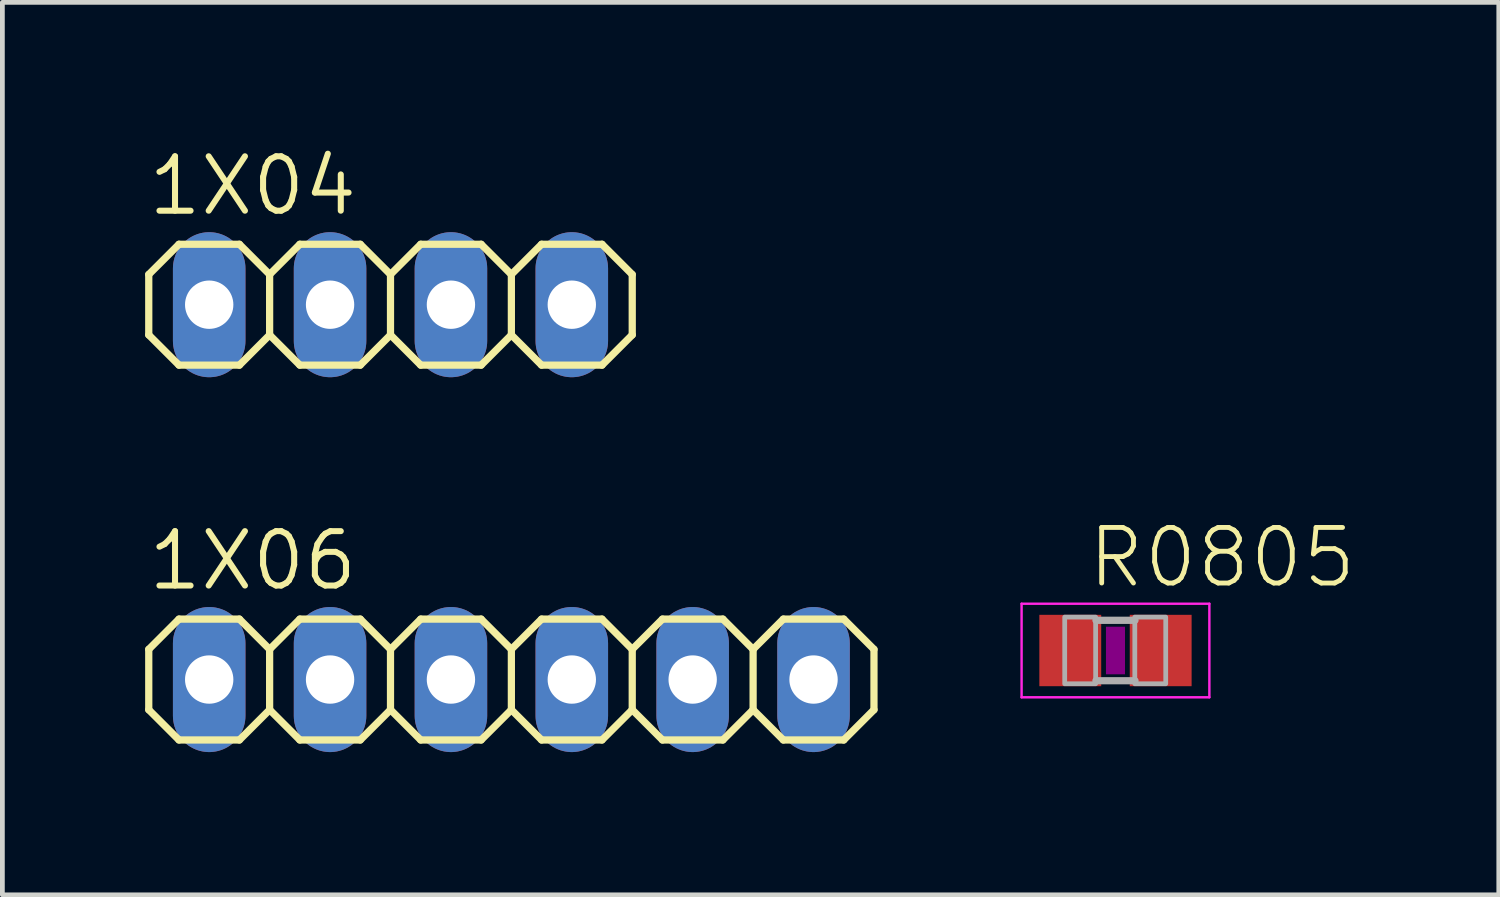
<source format=kicad_pcb>
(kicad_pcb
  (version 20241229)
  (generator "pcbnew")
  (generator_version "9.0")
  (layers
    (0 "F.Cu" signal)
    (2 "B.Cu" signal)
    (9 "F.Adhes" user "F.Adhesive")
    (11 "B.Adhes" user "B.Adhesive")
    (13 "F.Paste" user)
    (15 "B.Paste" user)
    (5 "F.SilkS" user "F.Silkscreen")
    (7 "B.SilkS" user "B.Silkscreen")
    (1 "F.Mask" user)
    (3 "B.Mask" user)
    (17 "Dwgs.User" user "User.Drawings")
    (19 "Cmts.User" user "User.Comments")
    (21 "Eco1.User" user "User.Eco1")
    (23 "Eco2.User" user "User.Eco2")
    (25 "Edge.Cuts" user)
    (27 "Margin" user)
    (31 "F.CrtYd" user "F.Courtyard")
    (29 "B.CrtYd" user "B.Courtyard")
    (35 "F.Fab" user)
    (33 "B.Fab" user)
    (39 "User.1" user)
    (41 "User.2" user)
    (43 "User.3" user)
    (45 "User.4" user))
  (footprint "1X06"
    (layer "F.Cu")
    (at 7.696 11.23)
    (property "Reference" "1X06" (at -7.696 -1.829 0) (layer "F.SilkS") (effects (font (size 1.143 1.143) (thickness 0.127)) (justify left bottom)))
    (fp_line (start -7.62 -0.635) (end -7.62 0.635) (stroke (width 0.152) (type solid)) (layer "F.SilkS"))
    (fp_line (start -7.62 0.635) (end -6.985 1.27) (stroke (width 0.152) (type solid)) (layer "F.SilkS"))
    (fp_line (start -6.985 -1.27) (end -7.62 -0.635) (stroke (width 0.152) (type solid)) (layer "F.SilkS"))
    (fp_line (start -6.985 -1.27) (end -5.715 -1.27) (stroke (width 0.152) (type solid)) (layer "F.SilkS"))
    (fp_line (start -5.715 -1.27) (end -5.08 -0.635) (stroke (width 0.152) (type solid)) (layer "F.SilkS"))
    (fp_line (start -5.715 1.27) (end -6.985 1.27) (stroke (width 0.152) (type solid)) (layer "F.SilkS"))
    (fp_line (start -5.08 -0.635) (end -5.08 0.635) (stroke (width 0.152) (type solid)) (layer "F.SilkS"))
    (fp_line (start -5.08 -0.635) (end -4.445 -1.27) (stroke (width 0.152) (type solid)) (layer "F.SilkS"))
    (fp_line (start -5.08 0.635) (end -5.715 1.27) (stroke (width 0.152) (type solid)) (layer "F.SilkS"))
    (fp_line (start -4.445 -1.27) (end -3.175 -1.27) (stroke (width 0.152) (type solid)) (layer "F.SilkS"))
    (fp_line (start -4.445 1.27) (end -5.08 0.635) (stroke (width 0.152) (type solid)) (layer "F.SilkS"))
    (fp_line (start -3.175 -1.27) (end -2.54 -0.635) (stroke (width 0.152) (type solid)) (layer "F.SilkS"))
    (fp_line (start -3.175 1.27) (end -4.445 1.27) (stroke (width 0.152) (type solid)) (layer "F.SilkS"))
    (fp_line (start -2.54 -0.635) (end -2.54 0.635) (stroke (width 0.152) (type solid)) (layer "F.SilkS"))
    (fp_line (start -2.54 -0.635) (end -1.905 -1.27) (stroke (width 0.152) (type solid)) (layer "F.SilkS"))
    (fp_line (start -2.54 0.635) (end -3.175 1.27) (stroke (width 0.152) (type solid)) (layer "F.SilkS"))
    (fp_line (start -1.905 -1.27) (end -0.635 -1.27) (stroke (width 0.152) (type solid)) (layer "F.SilkS"))
    (fp_line (start -1.905 1.27) (end -2.54 0.635) (stroke (width 0.152) (type solid)) (layer "F.SilkS"))
    (fp_line (start -0.635 -1.27) (end 0 -0.635) (stroke (width 0.152) (type solid)) (layer "F.SilkS"))
    (fp_line (start -0.635 1.27) (end -1.905 1.27) (stroke (width 0.152) (type solid)) (layer "F.SilkS"))
    (fp_line (start 0 -0.635) (end 0 0.635) (stroke (width 0.152) (type solid)) (layer "F.SilkS"))
    (fp_line (start 0 0.635) (end -0.635 1.27) (stroke (width 0.152) (type solid)) (layer "F.SilkS"))
    (fp_line (start 0 0.635) (end 0.635 1.27) (stroke (width 0.152) (type solid)) (layer "F.SilkS"))
    (fp_line (start 0.635 -1.27) (end 0 -0.635) (stroke (width 0.152) (type solid)) (layer "F.SilkS"))
    (fp_line (start 0.635 -1.27) (end 1.905 -1.27) (stroke (width 0.152) (type solid)) (layer "F.SilkS"))
    (fp_line (start 1.905 -1.27) (end 2.54 -0.635) (stroke (width 0.152) (type solid)) (layer "F.SilkS"))
    (fp_line (start 1.905 1.27) (end 0.635 1.27) (stroke (width 0.152) (type solid)) (layer "F.SilkS"))
    (fp_line (start 2.54 -0.635) (end 2.54 0.635) (stroke (width 0.152) (type solid)) (layer "F.SilkS"))
    (fp_line (start 2.54 -0.635) (end 3.175 -1.27) (stroke (width 0.152) (type solid)) (layer "F.SilkS"))
    (fp_line (start 2.54 0.635) (end 1.905 1.27) (stroke (width 0.152) (type solid)) (layer "F.SilkS"))
    (fp_line (start 3.175 -1.27) (end 4.445 -1.27) (stroke (width 0.152) (type solid)) (layer "F.SilkS"))
    (fp_line (start 3.175 1.27) (end 2.54 0.635) (stroke (width 0.152) (type solid)) (layer "F.SilkS"))
    (fp_line (start 4.445 -1.27) (end 5.08 -0.635) (stroke (width 0.152) (type solid)) (layer "F.SilkS"))
    (fp_line (start 4.445 1.27) (end 3.175 1.27) (stroke (width 0.152) (type solid)) (layer "F.SilkS"))
    (fp_line (start 5.08 -0.635) (end 5.08 0.635) (stroke (width 0.152) (type solid)) (layer "F.SilkS"))
    (fp_line (start 5.08 0.635) (end 4.445 1.27) (stroke (width 0.152) (type solid)) (layer "F.SilkS"))
    (fp_line (start 5.08 0.635) (end 5.715 1.27) (stroke (width 0.152) (type solid)) (layer "F.SilkS"))
    (fp_line (start 5.715 -1.27) (end 5.08 -0.635) (stroke (width 0.152) (type solid)) (layer "F.SilkS"))
    (fp_line (start 5.715 -1.27) (end 6.985 -1.27) (stroke (width 0.152) (type solid)) (layer "F.SilkS"))
    (fp_line (start 6.985 -1.27) (end 7.62 -0.635) (stroke (width 0.152) (type solid)) (layer "F.SilkS"))
    (fp_line (start 6.985 1.27) (end 5.715 1.27) (stroke (width 0.152) (type solid)) (layer "F.SilkS"))
    (fp_line (start 7.62 -0.635) (end 7.62 0.635) (stroke (width 0.152) (type solid)) (layer "F.SilkS"))
    (fp_line (start 7.62 0.635) (end 6.985 1.27) (stroke (width 0.152) (type solid)) (layer "F.SilkS"))
    (fp_poly (pts (xy -6.604 0.254) (xy -6.096 0.254) (xy -6.096 -0.254) (xy -6.604 -0.254)) (stroke (width 0.1) (type solid)) (fill no) (layer "F.Fab"))
    (fp_poly (pts (xy -4.064 0.254) (xy -3.556 0.254) (xy -3.556 -0.254) (xy -4.064 -0.254)) (stroke (width 0.1) (type solid)) (fill no) (layer "F.Fab"))
    (fp_poly (pts (xy -1.524 0.254) (xy -1.016 0.254) (xy -1.016 -0.254) (xy -1.524 -0.254)) (stroke (width 0.1) (type solid)) (fill no) (layer "F.Fab"))
    (fp_poly (pts (xy 1.016 0.254) (xy 1.524 0.254) (xy 1.524 -0.254) (xy 1.016 -0.254)) (stroke (width 0.1) (type solid)) (fill no) (layer "F.Fab"))
    (fp_poly (pts (xy 3.556 0.254) (xy 4.064 0.254) (xy 4.064 -0.254) (xy 3.556 -0.254)) (stroke (width 0.1) (type solid)) (fill no) (layer "F.Fab"))
    (fp_poly (pts (xy 6.096 0.254) (xy 6.604 0.254) (xy 6.604 -0.254) (xy 6.096 -0.254)) (stroke (width 0.1) (type solid)) (fill no) (layer "F.Fab"))
    (pad "1" thru_hole oval (at -6.35 0 90) (size 3.048 1.524) (drill 1.016) (layers "*.Cu" "*.Mask"))
    (pad "2" thru_hole oval (at -3.81 0 90) (size 3.048 1.524) (drill 1.016) (layers "*.Cu" "*.Mask"))
    (pad "3" thru_hole oval (at -1.27 0 90) (size 3.048 1.524) (drill 1.016) (layers "*.Cu" "*.Mask"))
    (pad "4" thru_hole oval (at 1.27 0 90) (size 3.048 1.524) (drill 1.016) (layers "*.Cu" "*.Mask"))
    (pad "5" thru_hole oval (at 3.81 0 90) (size 3.048 1.524) (drill 1.016) (layers "*.Cu" "*.Mask"))
    (pad "6" thru_hole oval (at 6.35 0 90) (size 3.048 1.524) (drill 1.016) (layers "*.Cu" "*.Mask")))
  (footprint "1X04"
    (layer "F.Cu")
    (at 5.156 3.353)
    (property "Reference" "1X04" (at -5.156 -1.829 0) (layer "F.SilkS") (effects (font (size 1.143 1.143) (thickness 0.127)) (justify left bottom)))
    (fp_line (start -5.08 -0.635) (end -5.08 0.635) (stroke (width 0.152) (type solid)) (layer "F.SilkS"))
    (fp_line (start -5.08 0.635) (end -4.445 1.27) (stroke (width 0.152) (type solid)) (layer "F.SilkS"))
    (fp_line (start -4.445 -1.27) (end -5.08 -0.635) (stroke (width 0.152) (type solid)) (layer "F.SilkS"))
    (fp_line (start -4.445 -1.27) (end -3.175 -1.27) (stroke (width 0.152) (type solid)) (layer "F.SilkS"))
    (fp_line (start -3.175 -1.27) (end -2.54 -0.635) (stroke (width 0.152) (type solid)) (layer "F.SilkS"))
    (fp_line (start -3.175 1.27) (end -4.445 1.27) (stroke (width 0.152) (type solid)) (layer "F.SilkS"))
    (fp_line (start -2.54 -0.635) (end -2.54 0.635) (stroke (width 0.152) (type solid)) (layer "F.SilkS"))
    (fp_line (start -2.54 -0.635) (end -1.905 -1.27) (stroke (width 0.152) (type solid)) (layer "F.SilkS"))
    (fp_line (start -2.54 0.635) (end -3.175 1.27) (stroke (width 0.152) (type solid)) (layer "F.SilkS"))
    (fp_line (start -1.905 -1.27) (end -0.635 -1.27) (stroke (width 0.152) (type solid)) (layer "F.SilkS"))
    (fp_line (start -1.905 1.27) (end -2.54 0.635) (stroke (width 0.152) (type solid)) (layer "F.SilkS"))
    (fp_line (start -0.635 -1.27) (end 0 -0.635) (stroke (width 0.152) (type solid)) (layer "F.SilkS"))
    (fp_line (start -0.635 1.27) (end -1.905 1.27) (stroke (width 0.152) (type solid)) (layer "F.SilkS"))
    (fp_line (start 0 -0.635) (end 0 0.635) (stroke (width 0.152) (type solid)) (layer "F.SilkS"))
    (fp_line (start 0 -0.635) (end 0.635 -1.27) (stroke (width 0.152) (type solid)) (layer "F.SilkS"))
    (fp_line (start 0 0.635) (end -0.635 1.27) (stroke (width 0.152) (type solid)) (layer "F.SilkS"))
    (fp_line (start 0.635 -1.27) (end 1.905 -1.27) (stroke (width 0.152) (type solid)) (layer "F.SilkS"))
    (fp_line (start 0.635 1.27) (end 0 0.635) (stroke (width 0.152) (type solid)) (layer "F.SilkS"))
    (fp_line (start 1.905 -1.27) (end 2.54 -0.635) (stroke (width 0.152) (type solid)) (layer "F.SilkS"))
    (fp_line (start 1.905 1.27) (end 0.635 1.27) (stroke (width 0.152) (type solid)) (layer "F.SilkS"))
    (fp_line (start 2.54 -0.635) (end 2.54 0.635) (stroke (width 0.152) (type solid)) (layer "F.SilkS"))
    (fp_line (start 2.54 0.635) (end 1.905 1.27) (stroke (width 0.152) (type solid)) (layer "F.SilkS"))
    (fp_line (start 2.54 0.635) (end 3.175 1.27) (stroke (width 0.152) (type solid)) (layer "F.SilkS"))
    (fp_line (start 3.175 -1.27) (end 2.54 -0.635) (stroke (width 0.152) (type solid)) (layer "F.SilkS"))
    (fp_line (start 3.175 -1.27) (end 4.445 -1.27) (stroke (width 0.152) (type solid)) (layer "F.SilkS"))
    (fp_line (start 4.445 -1.27) (end 5.08 -0.635) (stroke (width 0.152) (type solid)) (layer "F.SilkS"))
    (fp_line (start 4.445 1.27) (end 3.175 1.27) (stroke (width 0.152) (type solid)) (layer "F.SilkS"))
    (fp_line (start 5.08 -0.635) (end 5.08 0.635) (stroke (width 0.152) (type solid)) (layer "F.SilkS"))
    (fp_line (start 5.08 0.635) (end 4.445 1.27) (stroke (width 0.152) (type solid)) (layer "F.SilkS"))
    (fp_poly (pts (xy -4.064 0.254) (xy -3.556 0.254) (xy -3.556 -0.254) (xy -4.064 -0.254)) (stroke (width 0.1) (type solid)) (fill no) (layer "F.Fab"))
    (fp_poly (pts (xy -1.524 0.254) (xy -1.016 0.254) (xy -1.016 -0.254) (xy -1.524 -0.254)) (stroke (width 0.1) (type solid)) (fill no) (layer "F.Fab"))
    (fp_poly (pts (xy 1.016 0.254) (xy 1.524 0.254) (xy 1.524 -0.254) (xy 1.016 -0.254)) (stroke (width 0.1) (type solid)) (fill no) (layer "F.Fab"))
    (fp_poly (pts (xy 3.556 0.254) (xy 4.064 0.254) (xy 4.064 -0.254) (xy 3.556 -0.254)) (stroke (width 0.1) (type solid)) (fill no) (layer "F.Fab"))
    (pad "1" thru_hole oval (at -3.81 0 90) (size 3.048 1.524) (drill 1.016) (layers "*.Cu" "*.Mask"))
    (pad "2" thru_hole oval (at -1.27 0 90) (size 3.048 1.524) (drill 1.016) (layers "*.Cu" "*.Mask"))
    (pad "3" thru_hole oval (at 1.27 0 90) (size 3.048 1.524) (drill 1.016) (layers "*.Cu" "*.Mask"))
    (pad "4" thru_hole oval (at 3.81 0 90) (size 3.048 1.524) (drill 1.016) (layers "*.Cu" "*.Mask")))
  (footprint "R0805"
    (layer "F.Cu")
    (at 20.391 10.62)
    (property "Reference" "R0805" (at -0.635 -1.27 0) (layer "F.SilkS") (effects (font (size 1.168 1.168) (thickness 0.102)) (justify left bottom)))
    (fp_poly (pts (xy -0.2 0.5) (xy 0.2 0.5) (xy 0.2 -0.5) (xy -0.2 -0.5)) (stroke (width 0) (type solid)) (fill yes) (layer "F.Adhes"))
    (fp_line (start -1.973 -0.983) (end 1.973 -0.983) (stroke (width 0.051) (type solid)) (layer "F.CrtYd"))
    (fp_line (start -1.973 0.983) (end -1.973 -0.983) (stroke (width 0.051) (type solid)) (layer "F.CrtYd"))
    (fp_line (start 1.973 -0.983) (end 1.973 0.983) (stroke (width 0.051) (type solid)) (layer "F.CrtYd"))
    (fp_line (start 1.973 0.983) (end -1.973 0.983) (stroke (width 0.051) (type solid)) (layer "F.CrtYd"))
    (fp_line (start -0.41 -0.635) (end 0.41 -0.635) (stroke (width 0.152) (type solid)) (layer "F.Fab"))
    (fp_line (start -0.41 0.635) (end 0.41 0.635) (stroke (width 0.152) (type solid)) (layer "F.Fab"))
    (fp_poly (pts (xy -1.067 0.699) (xy -0.417 0.699) (xy -0.417 -0.702) (xy -1.067 -0.702)) (stroke (width 0.1) (type solid)) (fill no) (layer "F.Fab"))
    (fp_poly (pts (xy 0.406 0.699) (xy 1.056 0.699) (xy 1.056 -0.702) (xy 0.406 -0.702)) (stroke (width 0.1) (type solid)) (fill no) (layer "F.Fab"))
    (pad "1" smd rect (at -0.95 0) (size 1.3 1.5) (layers "F.Cu" "F.Mask" "F.Paste"))
    (pad "2" smd rect (at 0.95 0) (size 1.3 1.5) (layers "F.Cu" "F.Mask" "F.Paste")))
  (gr_rect
    (start -3 -3)
    (end 28.446 15.754)
    (stroke (width 0.1) (type default))
    (fill no)
    (layer "Edge.Cuts")))
</source>
